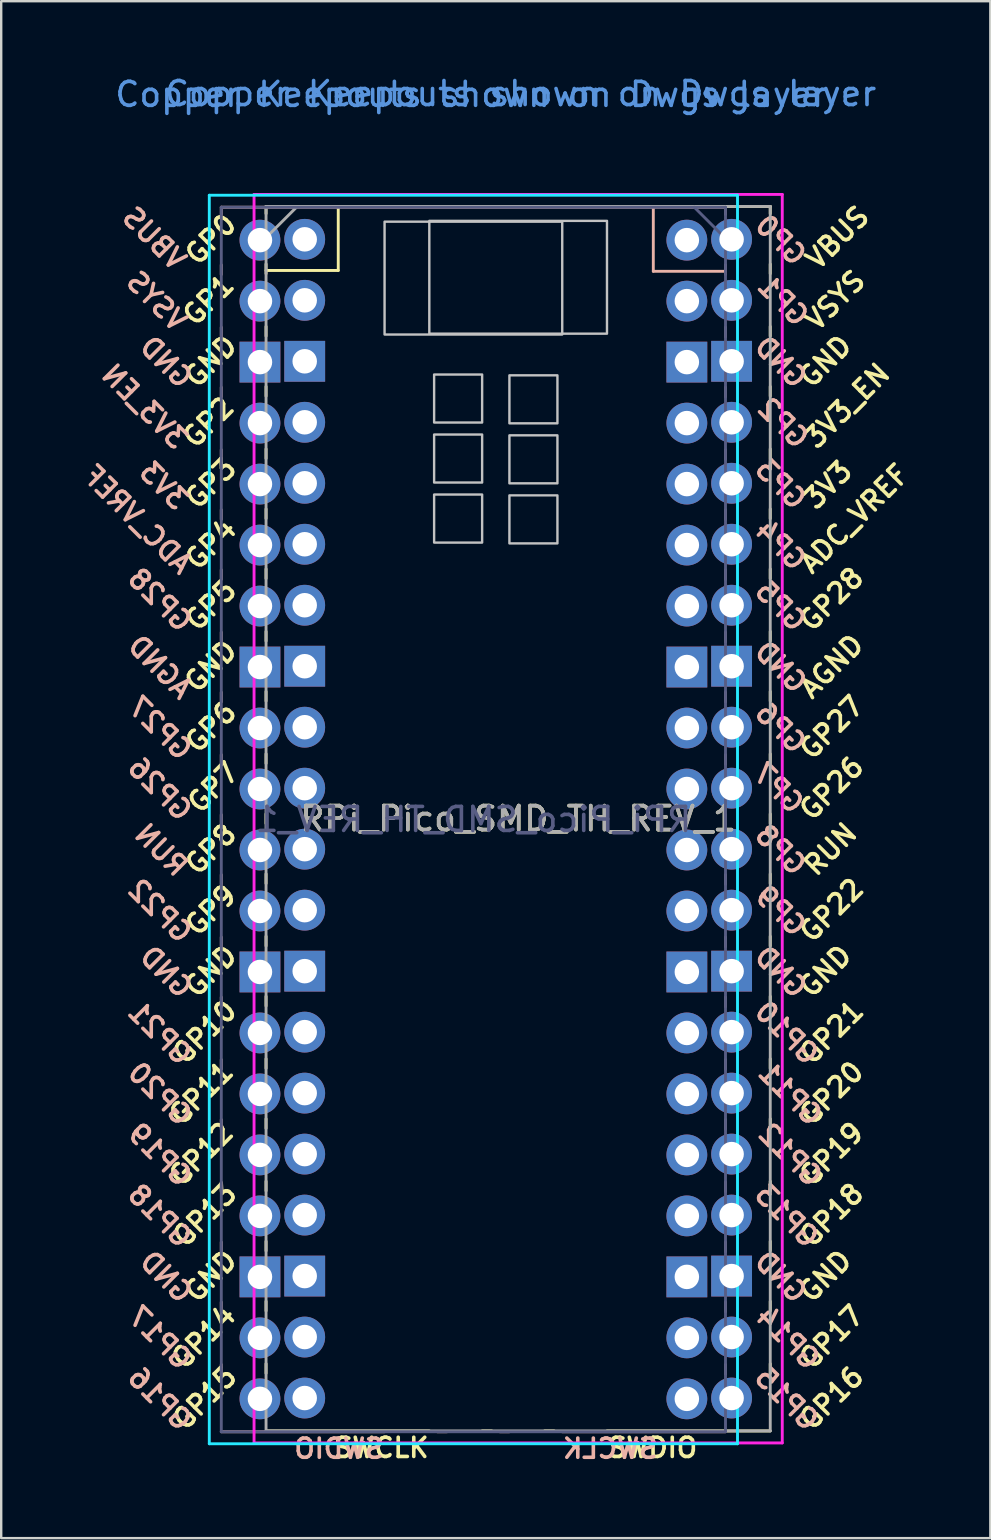
<source format=kicad_pcb>
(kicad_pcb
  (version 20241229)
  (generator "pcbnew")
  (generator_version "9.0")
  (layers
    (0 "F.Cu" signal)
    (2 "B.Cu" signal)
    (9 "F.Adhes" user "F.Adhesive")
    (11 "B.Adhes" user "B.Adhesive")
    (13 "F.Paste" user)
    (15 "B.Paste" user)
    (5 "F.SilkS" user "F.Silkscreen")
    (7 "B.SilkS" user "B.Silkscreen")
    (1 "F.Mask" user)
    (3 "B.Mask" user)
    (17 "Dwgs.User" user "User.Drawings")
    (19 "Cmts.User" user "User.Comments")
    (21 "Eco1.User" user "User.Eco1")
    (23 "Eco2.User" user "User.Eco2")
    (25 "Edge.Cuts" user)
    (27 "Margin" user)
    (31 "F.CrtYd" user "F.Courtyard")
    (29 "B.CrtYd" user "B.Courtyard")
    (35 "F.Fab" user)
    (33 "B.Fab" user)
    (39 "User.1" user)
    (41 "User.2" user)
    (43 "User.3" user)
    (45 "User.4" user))
  (footprint "RPi_Pico_SMD_TH_REV_1"
    (layer "F.Cu")
    (at 18.531 31.048)
    (property "Reference" "RPi_Pico_SMD_TH_REV_1" (at 0 0 0) (layer "F.SilkS") (effects (font (size 1 1) (thickness 0.15))))
    (attr through_hole)
    (fp_line (start -10.5 -25.5) (end -10.5 -25.2) (stroke (width 0.12) (type solid)) (layer "F.SilkS"))
    (fp_line (start -10.5 -25.5) (end 10.5 -25.5) (stroke (width 0.12) (type solid)) (layer "F.SilkS"))
    (fp_line (start -10.5 -23.1) (end -10.5 -22.7) (stroke (width 0.12) (type solid)) (layer "F.SilkS"))
    (fp_line (start -10.5 -22.833) (end -7.493 -22.833) (stroke (width 0.12) (type solid)) (layer "F.SilkS"))
    (fp_line (start -10.5 -20.5) (end -10.5 -20.1) (stroke (width 0.12) (type solid)) (layer "F.SilkS"))
    (fp_line (start -10.5 -18) (end -10.5 -17.6) (stroke (width 0.12) (type solid)) (layer "F.SilkS"))
    (fp_line (start -10.5 -15.4) (end -10.5 -15) (stroke (width 0.12) (type solid)) (layer "F.SilkS"))
    (fp_line (start -10.5 -12.9) (end -10.5 -12.5) (stroke (width 0.12) (type solid)) (layer "F.SilkS"))
    (fp_line (start -10.5 -10.4) (end -10.5 -10) (stroke (width 0.12) (type solid)) (layer "F.SilkS"))
    (fp_line (start -10.5 -7.8) (end -10.5 -7.4) (stroke (width 0.12) (type solid)) (layer "F.SilkS"))
    (fp_line (start -10.5 -5.3) (end -10.5 -4.9) (stroke (width 0.12) (type solid)) (layer "F.SilkS"))
    (fp_line (start -10.5 -2.7) (end -10.5 -2.3) (stroke (width 0.12) (type solid)) (layer "F.SilkS"))
    (fp_line (start -10.5 -0.2) (end -10.5 0.2) (stroke (width 0.12) (type solid)) (layer "F.SilkS"))
    (fp_line (start -10.5 2.3) (end -10.5 2.7) (stroke (width 0.12) (type solid)) (layer "F.SilkS"))
    (fp_line (start -10.5 4.9) (end -10.5 5.3) (stroke (width 0.12) (type solid)) (layer "F.SilkS"))
    (fp_line (start -10.5 7.4) (end -10.5 7.8) (stroke (width 0.12) (type solid)) (layer "F.SilkS"))
    (fp_line (start -10.5 10) (end -10.5 10.4) (stroke (width 0.12) (type solid)) (layer "F.SilkS"))
    (fp_line (start -10.5 12.5) (end -10.5 12.9) (stroke (width 0.12) (type solid)) (layer "F.SilkS"))
    (fp_line (start -10.5 15.1) (end -10.5 15.5) (stroke (width 0.12) (type solid)) (layer "F.SilkS"))
    (fp_line (start -10.5 17.6) (end -10.5 18) (stroke (width 0.12) (type solid)) (layer "F.SilkS"))
    (fp_line (start -10.5 20.1) (end -10.5 20.5) (stroke (width 0.12) (type solid)) (layer "F.SilkS"))
    (fp_line (start -10.5 22.7) (end -10.5 23.1) (stroke (width 0.12) (type solid)) (layer "F.SilkS"))
    (fp_line (start -7.493 -22.833) (end -7.493 -25.5) (stroke (width 0.12) (type solid)) (layer "F.SilkS"))
    (fp_line (start -3.7 25.5) (end -10.5 25.5) (stroke (width 0.12) (type solid)) (layer "F.SilkS"))
    (fp_line (start -1.5 25.5) (end -1.1 25.5) (stroke (width 0.12) (type solid)) (layer "F.SilkS"))
    (fp_line (start 1.1 25.5) (end 1.5 25.5) (stroke (width 0.12) (type solid)) (layer "F.SilkS"))
    (fp_line (start 10.5 -25.5) (end 10.5 -25.2) (stroke (width 0.12) (type solid)) (layer "F.SilkS"))
    (fp_line (start 10.5 -23.1) (end 10.5 -22.7) (stroke (width 0.12) (type solid)) (layer "F.SilkS"))
    (fp_line (start 10.5 -20.5) (end 10.5 -20.1) (stroke (width 0.12) (type solid)) (layer "F.SilkS"))
    (fp_line (start 10.5 -18) (end 10.5 -17.6) (stroke (width 0.12) (type solid)) (layer "F.SilkS"))
    (fp_line (start 10.5 -15.4) (end 10.5 -15) (stroke (width 0.12) (type solid)) (layer "F.SilkS"))
    (fp_line (start 10.5 -12.9) (end 10.5 -12.5) (stroke (width 0.12) (type solid)) (layer "F.SilkS"))
    (fp_line (start 10.5 -10.4) (end 10.5 -10) (stroke (width 0.12) (type solid)) (layer "F.SilkS"))
    (fp_line (start 10.5 -7.8) (end 10.5 -7.4) (stroke (width 0.12) (type solid)) (layer "F.SilkS"))
    (fp_line (start 10.5 -5.3) (end 10.5 -4.9) (stroke (width 0.12) (type solid)) (layer "F.SilkS"))
    (fp_line (start 10.5 -2.7) (end 10.5 -2.3) (stroke (width 0.12) (type solid)) (layer "F.SilkS"))
    (fp_line (start 10.5 -0.2) (end 10.5 0.2) (stroke (width 0.12) (type solid)) (layer "F.SilkS"))
    (fp_line (start 10.5 2.3) (end 10.5 2.7) (stroke (width 0.12) (type solid)) (layer "F.SilkS"))
    (fp_line (start 10.5 4.9) (end 10.5 5.3) (stroke (width 0.12) (type solid)) (layer "F.SilkS"))
    (fp_line (start 10.5 7.4) (end 10.5 7.8) (stroke (width 0.12) (type solid)) (layer "F.SilkS"))
    (fp_line (start 10.5 10) (end 10.5 10.4) (stroke (width 0.12) (type solid)) (layer "F.SilkS"))
    (fp_line (start 10.5 12.5) (end 10.5 12.9) (stroke (width 0.12) (type solid)) (layer "F.SilkS"))
    (fp_line (start 10.5 15.1) (end 10.5 15.5) (stroke (width 0.12) (type solid)) (layer "F.SilkS"))
    (fp_line (start 10.5 17.6) (end 10.5 18) (stroke (width 0.12) (type solid)) (layer "F.SilkS"))
    (fp_line (start 10.5 20.1) (end 10.5 20.5) (stroke (width 0.12) (type solid)) (layer "F.SilkS"))
    (fp_line (start 10.5 22.7) (end 10.5 23.1) (stroke (width 0.12) (type solid)) (layer "F.SilkS"))
    (fp_line (start 10.5 25.5) (end 3.7 25.5) (stroke (width 0.12) (type solid)) (layer "F.SilkS"))
    (fp_line (start -12.364 -25.466) (end -12.364 -25.166) (stroke (width 0.12) (type solid)) (layer "B.SilkS"))
    (fp_line (start -12.364 -23.066) (end -12.364 -22.666) (stroke (width 0.12) (type solid)) (layer "B.SilkS"))
    (fp_line (start -12.364 -20.466) (end -12.364 -20.066) (stroke (width 0.12) (type solid)) (layer "B.SilkS"))
    (fp_line (start -12.364 -17.966) (end -12.364 -17.566) (stroke (width 0.12) (type solid)) (layer "B.SilkS"))
    (fp_line (start -12.364 -15.366) (end -12.364 -14.966) (stroke (width 0.12) (type solid)) (layer "B.SilkS"))
    (fp_line (start -12.364 -12.866) (end -12.364 -12.466) (stroke (width 0.12) (type solid)) (layer "B.SilkS"))
    (fp_line (start -12.364 -10.366) (end -12.364 -9.966) (stroke (width 0.12) (type solid)) (layer "B.SilkS"))
    (fp_line (start -12.364 -7.766) (end -12.364 -7.366) (stroke (width 0.12) (type solid)) (layer "B.SilkS"))
    (fp_line (start -12.364 -5.266) (end -12.364 -4.866) (stroke (width 0.12) (type solid)) (layer "B.SilkS"))
    (fp_line (start -12.364 -2.666) (end -12.364 -2.266) (stroke (width 0.12) (type solid)) (layer "B.SilkS"))
    (fp_line (start -12.364 -0.166) (end -12.364 0.234) (stroke (width 0.12) (type solid)) (layer "B.SilkS"))
    (fp_line (start -12.364 2.334) (end -12.364 2.734) (stroke (width 0.12) (type solid)) (layer "B.SilkS"))
    (fp_line (start -12.364 4.934) (end -12.364 5.334) (stroke (width 0.12) (type solid)) (layer "B.SilkS"))
    (fp_line (start -12.364 7.434) (end -12.364 7.834) (stroke (width 0.12) (type solid)) (layer "B.SilkS"))
    (fp_line (start -12.364 10.034) (end -12.364 10.434) (stroke (width 0.12) (type solid)) (layer "B.SilkS"))
    (fp_line (start -12.364 12.534) (end -12.364 12.934) (stroke (width 0.12) (type solid)) (layer "B.SilkS"))
    (fp_line (start -12.364 15.134) (end -12.364 15.534) (stroke (width 0.12) (type solid)) (layer "B.SilkS"))
    (fp_line (start -12.364 17.634) (end -12.364 18.034) (stroke (width 0.12) (type solid)) (layer "B.SilkS"))
    (fp_line (start -12.364 20.134) (end -12.364 20.534) (stroke (width 0.12) (type solid)) (layer "B.SilkS"))
    (fp_line (start -12.364 22.734) (end -12.364 23.134) (stroke (width 0.12) (type solid)) (layer "B.SilkS"))
    (fp_line (start -12.364 25.534) (end -5.564 25.534) (stroke (width 0.12) (type solid)) (layer "B.SilkS"))
    (fp_line (start -2.964 25.534) (end -3.364 25.534) (stroke (width 0.12) (type solid)) (layer "B.SilkS"))
    (fp_line (start -0.364 25.534) (end -0.764 25.534) (stroke (width 0.12) (type solid)) (layer "B.SilkS"))
    (fp_line (start 1.836 25.534) (end 8.636 25.534) (stroke (width 0.12) (type solid)) (layer "B.SilkS"))
    (fp_line (start 5.629 -22.799) (end 5.629 -25.466) (stroke (width 0.12) (type solid)) (layer "B.SilkS"))
    (fp_line (start 8.636 -25.466) (end -12.364 -25.466) (stroke (width 0.12) (type solid)) (layer "B.SilkS"))
    (fp_line (start 8.636 -25.466) (end 8.636 -25.166) (stroke (width 0.12) (type solid)) (layer "B.SilkS"))
    (fp_line (start 8.636 -23.066) (end 8.636 -22.666) (stroke (width 0.12) (type solid)) (layer "B.SilkS"))
    (fp_line (start 8.636 -22.799) (end 5.629 -22.799) (stroke (width 0.12) (type solid)) (layer "B.SilkS"))
    (fp_line (start 8.636 -20.466) (end 8.636 -20.066) (stroke (width 0.12) (type solid)) (layer "B.SilkS"))
    (fp_line (start 8.636 -17.966) (end 8.636 -17.566) (stroke (width 0.12) (type solid)) (layer "B.SilkS"))
    (fp_line (start 8.636 -15.366) (end 8.636 -14.966) (stroke (width 0.12) (type solid)) (layer "B.SilkS"))
    (fp_line (start 8.636 -12.866) (end 8.636 -12.466) (stroke (width 0.12) (type solid)) (layer "B.SilkS"))
    (fp_line (start 8.636 -10.366) (end 8.636 -9.966) (stroke (width 0.12) (type solid)) (layer "B.SilkS"))
    (fp_line (start 8.636 -7.766) (end 8.636 -7.366) (stroke (width 0.12) (type solid)) (layer "B.SilkS"))
    (fp_line (start 8.636 -5.266) (end 8.636 -4.866) (stroke (width 0.12) (type solid)) (layer "B.SilkS"))
    (fp_line (start 8.636 -2.666) (end 8.636 -2.266) (stroke (width 0.12) (type solid)) (layer "B.SilkS"))
    (fp_line (start 8.636 -0.166) (end 8.636 0.234) (stroke (width 0.12) (type solid)) (layer "B.SilkS"))
    (fp_line (start 8.636 2.334) (end 8.636 2.734) (stroke (width 0.12) (type solid)) (layer "B.SilkS"))
    (fp_line (start 8.636 4.934) (end 8.636 5.334) (stroke (width 0.12) (type solid)) (layer "B.SilkS"))
    (fp_line (start 8.636 7.434) (end 8.636 7.834) (stroke (width 0.12) (type solid)) (layer "B.SilkS"))
    (fp_line (start 8.636 10.034) (end 8.636 10.434) (stroke (width 0.12) (type solid)) (layer "B.SilkS"))
    (fp_line (start 8.636 12.534) (end 8.636 12.934) (stroke (width 0.12) (type solid)) (layer "B.SilkS"))
    (fp_line (start 8.636 15.134) (end 8.636 15.534) (stroke (width 0.12) (type solid)) (layer "B.SilkS"))
    (fp_line (start 8.636 17.634) (end 8.636 18.034) (stroke (width 0.12) (type solid)) (layer "B.SilkS"))
    (fp_line (start 8.636 20.134) (end 8.636 20.534) (stroke (width 0.12) (type solid)) (layer "B.SilkS"))
    (fp_line (start 8.636 22.734) (end 8.636 23.134) (stroke (width 0.12) (type solid)) (layer "B.SilkS"))
    (fp_poly (pts (xy -5.564 -20.166) (xy 1.836 -20.166) (xy 1.836 -24.866) (xy -5.564 -24.866)) (stroke (width 0.1) (type solid)) (fill no) (layer "Dwgs.User"))
    (fp_poly (pts (xy -1.5 -16.5) (xy -3.5 -16.5) (xy -3.5 -18.5) (xy -1.5 -18.5)) (stroke (width 0.1) (type solid)) (fill no) (layer "Dwgs.User"))
    (fp_poly (pts (xy -1.5 -14) (xy -3.5 -14) (xy -3.5 -16) (xy -1.5 -16)) (stroke (width 0.1) (type solid)) (fill no) (layer "Dwgs.User"))
    (fp_poly (pts (xy -1.5 -11.5) (xy -3.5 -11.5) (xy -3.5 -13.5) (xy -1.5 -13.5)) (stroke (width 0.1) (type solid)) (fill no) (layer "Dwgs.User"))
    (fp_poly (pts (xy -0.364 -16.466) (xy 1.636 -16.466) (xy 1.636 -18.466) (xy -0.364 -18.466)) (stroke (width 0.1) (type solid)) (fill no) (layer "Dwgs.User"))
    (fp_poly (pts (xy -0.364 -13.966) (xy 1.636 -13.966) (xy 1.636 -15.966) (xy -0.364 -15.966)) (stroke (width 0.1) (type solid)) (fill no) (layer "Dwgs.User"))
    (fp_poly (pts (xy -0.364 -11.466) (xy 1.636 -11.466) (xy 1.636 -13.466) (xy -0.364 -13.466)) (stroke (width 0.1) (type solid)) (fill no) (layer "Dwgs.User"))
    (fp_poly (pts (xy 3.7 -20.2) (xy -3.7 -20.2) (xy -3.7 -24.9) (xy 3.7 -24.9)) (stroke (width 0.1) (type solid)) (fill no) (layer "Dwgs.User"))
    (fp_line (start -12.864 -25.966) (end -12.864 26.034) (stroke (width 0.12) (type solid)) (layer "B.CrtYd"))
    (fp_line (start -12.864 26.034) (end 9.136 26.034) (stroke (width 0.12) (type solid)) (layer "B.CrtYd"))
    (fp_line (start 9.136 -25.966) (end -12.864 -25.966) (stroke (width 0.12) (type solid)) (layer "B.CrtYd"))
    (fp_line (start 9.136 26.034) (end 9.136 -25.966) (stroke (width 0.12) (type solid)) (layer "B.CrtYd"))
    (fp_line (start -11 -26) (end 11 -26) (stroke (width 0.12) (type solid)) (layer "F.CrtYd"))
    (fp_line (start -11 26) (end -11 -26) (stroke (width 0.12) (type solid)) (layer "F.CrtYd"))
    (fp_line (start 11 -26) (end 11 26) (stroke (width 0.12) (type solid)) (layer "F.CrtYd"))
    (fp_line (start 11 26) (end -11 26) (stroke (width 0.12) (type solid)) (layer "F.CrtYd"))
    (fp_line (start -12.364 -25.466) (end -12.364 25.534) (stroke (width 0.12) (type solid)) (layer "B.Fab"))
    (fp_line (start -12.364 25.534) (end 8.636 25.534) (stroke (width 0.12) (type solid)) (layer "B.Fab"))
    (fp_line (start 8.636 -25.466) (end -12.364 -25.466) (stroke (width 0.12) (type solid)) (layer "B.Fab"))
    (fp_line (start 8.636 -24.166) (end 7.336 -25.466) (stroke (width 0.12) (type solid)) (layer "B.Fab"))
    (fp_line (start 8.636 25.534) (end 8.636 -25.466) (stroke (width 0.12) (type solid)) (layer "B.Fab"))
    (fp_line (start -10.5 -25.5) (end 10.5 -25.5) (stroke (width 0.12) (type solid)) (layer "F.Fab"))
    (fp_line (start -10.5 -24.2) (end -9.2 -25.5) (stroke (width 0.12) (type solid)) (layer "F.Fab"))
    (fp_line (start -10.5 25.5) (end -10.5 -25.5) (stroke (width 0.12) (type solid)) (layer "F.Fab"))
    (fp_line (start 10.5 -25.5) (end 10.5 25.5) (stroke (width 0.12) (type solid)) (layer "F.Fab"))
    (fp_line (start 10.5 25.5) (end -10.5 25.5) (stroke (width 0.12) (type solid)) (layer "F.Fab"))
    (fp_text user "3V3" (at 12.9 -13.9 45) (layer "F.SilkS") (effects (font (size 0.8 0.8) (thickness 0.15))))
    (fp_text user "RUN" (at 13 1.27 45) (layer "F.SilkS") (effects (font (size 0.8 0.8) (thickness 0.15))))
    (fp_text user "GP20" (at 13.054 11.43 45) (layer "F.SilkS") (effects (font (size 0.8 0.8) (thickness 0.15))))
    (fp_text user "GP14" (at -13.1 21.59 45) (layer "F.SilkS") (effects (font (size 0.8 0.8) (thickness 0.15))))
    (fp_text user "GP11" (at -13.2 11.43 45) (layer "F.SilkS") (effects (font (size 0.8 0.8) (thickness 0.15))))
    (fp_text user "SWDIO" (at 5.6 26.2 0) (layer "F.SilkS") (effects (font (size 0.8 0.8) (thickness 0.15))))
    (fp_text user "GP8" (at -12.8 1.27 45) (layer "F.SilkS") (effects (font (size 0.8 0.8) (thickness 0.15))))
    (fp_text user "SWCLK" (at -5.7 26.2 0) (layer "F.SilkS") (effects (font (size 0.8 0.8) (thickness 0.15))))
    (fp_text user "GP21" (at 13.054 8.9 45) (layer "F.SilkS") (effects (font (size 0.8 0.8) (thickness 0.15))))
    (fp_text user "GP1" (at -12.9 -21.6 45) (layer "F.SilkS") (effects (font (size 0.8 0.8) (thickness 0.15))))
    (fp_text user "GND" (at -12.8 -6.35 45) (layer "F.SilkS") (effects (font (size 0.8 0.8) (thickness 0.15))))
    (fp_text user "GND" (at -12.8 6.35 45) (layer "F.SilkS") (effects (font (size 0.8 0.8) (thickness 0.15))))
    (fp_text user "GP16" (at 13.054 24.13 45) (layer "F.SilkS") (effects (font (size 0.8 0.8) (thickness 0.15))))
    (fp_text user "GP0" (at -12.8 -24.13 45) (layer "F.SilkS") (effects (font (size 0.8 0.8) (thickness 0.15))))
    (fp_text user "GND" (at 12.8 6.35 45) (layer "F.SilkS") (effects (font (size 0.8 0.8) (thickness 0.15))))
    (fp_text user "GP17" (at 13.054 21.59 45) (layer "F.SilkS") (effects (font (size 0.8 0.8) (thickness 0.15))))
    (fp_text user "GP28" (at 13.054 -9.144 45) (layer "F.SilkS") (effects (font (size 0.8 0.8) (thickness 0.15))))
    (fp_text user "GP2" (at -12.9 -16.51 45) (layer "F.SilkS") (effects (font (size 0.8 0.8) (thickness 0.15))))
    (fp_text user "GND" (at -12.8 -19.05 45) (layer "F.SilkS") (effects (font (size 0.8 0.8) (thickness 0.15))))
    (fp_text user "GP27" (at 13.054 -3.8 45) (layer "F.SilkS") (effects (font (size 0.8 0.8) (thickness 0.15))))
    (fp_text user "GND" (at -12.8 19.05 45) (layer "F.SilkS") (effects (font (size 0.8 0.8) (thickness 0.15))))
    (fp_text user "GP4" (at -12.8 -11.43 45) (layer "F.SilkS") (effects (font (size 0.8 0.8) (thickness 0.15))))
    (fp_text user "GP15" (at -13.054 24.13 45) (layer "F.SilkS") (effects (font (size 0.8 0.8) (thickness 0.15))))
    (fp_text user "GP3" (at -12.8 -13.97 45) (layer "F.SilkS") (effects (font (size 0.8 0.8) (thickness 0.15))))
    (fp_text user "GP6" (at -12.8 -3.81 45) (layer "F.SilkS") (effects (font (size 0.8 0.8) (thickness 0.15))))
    (fp_text user "VSYS" (at 13.2 -21.59 45) (layer "F.SilkS") (effects (font (size 0.8 0.8) (thickness 0.15))))
    (fp_text user "GP22" (at 13.054 3.81 45) (layer "F.SilkS") (effects (font (size 0.8 0.8) (thickness 0.15))))
    (fp_text user "GP12" (at -13.2 13.97 45) (layer "F.SilkS") (effects (font (size 0.8 0.8) (thickness 0.15))))
    (fp_text user "GP19" (at 13.054 13.97 45) (layer "F.SilkS") (effects (font (size 0.8 0.8) (thickness 0.15))))
    (fp_text user "GND" (at 12.8 -19.05 45) (layer "F.SilkS") (effects (font (size 0.8 0.8) (thickness 0.15))))
    (fp_text user "GND" (at 12.8 19.05 45) (layer "F.SilkS") (effects (font (size 0.8 0.8) (thickness 0.15))))
    (fp_text user "GP10" (at -13.054 8.89 45) (layer "F.SilkS") (effects (font (size 0.8 0.8) (thickness 0.15))))
    (fp_text user "GP18" (at 13.054 16.51 45) (layer "F.SilkS") (effects (font (size 0.8 0.8) (thickness 0.15))))
    (fp_text user "GP9" (at -12.8 3.81 45) (layer "F.SilkS") (effects (font (size 0.8 0.8) (thickness 0.15))))
    (fp_text user "AGND" (at 13.054 -6.35 45) (layer "F.SilkS") (effects (font (size 0.8 0.8) (thickness 0.15))))
    (fp_text user "GP13" (at -13.054 16.51 45) (layer "F.SilkS") (effects (font (size 0.8 0.8) (thickness 0.15))))
    (fp_text user "GP7" (at -12.7 -1.3 45) (layer "F.SilkS") (effects (font (size 0.8 0.8) (thickness 0.15))))
    (fp_text user "3V3_EN" (at 13.7 -17.2 45) (layer "F.SilkS") (effects (font (size 0.8 0.8) (thickness 0.15))))
    (fp_text user "GP26" (at 13.054 -1.27 45) (layer "F.SilkS") (effects (font (size 0.8 0.8) (thickness 0.15))))
    (fp_text user "VBUS" (at 13.3 -24.2 45) (layer "F.SilkS") (effects (font (size 0.8 0.8) (thickness 0.15))))
    (fp_text user "GP5" (at -12.8 -8.89 45) (layer "F.SilkS") (effects (font (size 0.8 0.8) (thickness 0.15))))
    (fp_text user "ADC_VREF" (at 14 -12.5 45) (layer "F.SilkS") (effects (font (size 0.8 0.8) (thickness 0.15))))
    (fp_text user "GND" (at -14.664 19.084 315) (layer "B.SilkS") (effects (font (size 0.8 0.8) (thickness 0.15)) (justify mirror)))
    (fp_text user "GP7" (at 10.836 -1.266 315) (layer "B.SilkS") (effects (font (size 0.8 0.8) (thickness 0.15)) (justify mirror)))
    (fp_text user "AGND" (at -14.918 -6.316 315) (layer "B.SilkS") (effects (font (size 0.8 0.8) (thickness 0.15)) (justify mirror)))
    (fp_text user "3V3" (at -14.764 -13.866 315) (layer "B.SilkS") (effects (font (size 0.8 0.8) (thickness 0.15)) (justify mirror)))
    (fp_text user "GP5" (at 10.936 -8.856 315) (layer "B.SilkS") (effects (font (size 0.8 0.8) (thickness 0.15)) (justify mirror)))
    (fp_text user "GND" (at 10.936 -6.316 315) (layer "B.SilkS") (effects (font (size 0.8 0.8) (thickness 0.15)) (justify mirror)))
    (fp_text user "SWDIO" (at -7.464 26.234 0) (layer "B.SilkS") (effects (font (size 0.8 0.8) (thickness 0.15)) (justify mirror)))
    (fp_text user "GND" (at 10.936 6.384 315) (layer "B.SilkS") (effects (font (size 0.8 0.8) (thickness 0.15)) (justify mirror)))
    (fp_text user "GP16" (at -14.918 24.164 315) (layer "B.SilkS") (effects (font (size 0.8 0.8) (thickness 0.15)) (justify mirror)))
    (fp_text user "GP27" (at -14.918 -3.766 315) (layer "B.SilkS") (effects (font (size 0.8 0.8) (thickness 0.15)) (justify mirror)))
    (fp_text user "GND" (at -14.664 -19.016 315) (layer "B.SilkS") (effects (font (size 0.8 0.8) (thickness 0.15)) (justify mirror)))
    (fp_text user "GP26" (at -14.918 -1.236 315) (layer "B.SilkS") (effects (font (size 0.8 0.8) (thickness 0.15)) (justify mirror)))
    (fp_text user "GP11" (at 11.336 11.464 315) (layer "B.SilkS") (effects (font (size 0.8 0.8) (thickness 0.15)) (justify mirror)))
    (fp_text user "GP18" (at -14.918 16.544 315) (layer "B.SilkS") (effects (font (size 0.8 0.8) (thickness 0.15)) (justify mirror)))
    (fp_text user "GP3" (at 10.936 -13.936 315) (layer "B.SilkS") (effects (font (size 0.8 0.8) (thickness 0.15)) (justify mirror)))
    (fp_text user "GP4" (at 10.936 -11.396 315) (layer "B.SilkS") (effects (font (size 0.8 0.8) (thickness 0.15)) (justify mirror)))
    (fp_text user "GP28" (at -14.918 -9.11 315) (layer "B.SilkS") (effects (font (size 0.8 0.8) (thickness 0.15)) (justify mirror)))
    (fp_text user "GP2" (at 11.036 -16.476 315) (layer "B.SilkS") (effects (font (size 0.8 0.8) (thickness 0.15)) (justify mirror)))
    (fp_text user "GP20" (at -14.918 11.464 315) (layer "B.SilkS") (effects (font (size 0.8 0.8) (thickness 0.15)) (justify mirror)))
    (fp_text user "GP15" (at 11.19 24.164 315) (layer "B.SilkS") (effects (font (size 0.8 0.8) (thickness 0.15)) (justify mirror)))
    (fp_text user "VSYS" (at -15.064 -21.556 315) (layer "B.SilkS") (effects (font (size 0.8 0.8) (thickness 0.15)) (justify mirror)))
    (fp_text user "GND" (at 10.936 -19.016 315) (layer "B.SilkS") (effects (font (size 0.8 0.8) (thickness 0.15)) (justify mirror)))
    (fp_text user "GP0" (at 10.936 -24.096 315) (layer "B.SilkS") (effects (font (size 0.8 0.8) (thickness 0.15)) (justify mirror)))
    (fp_text user "GP6" (at 10.936 -3.776 315) (layer "B.SilkS") (effects (font (size 0.8 0.8) (thickness 0.15)) (justify mirror)))
    (fp_text user "GP22" (at -14.918 3.844 315) (layer "B.SilkS") (effects (font (size 0.8 0.8) (thickness 0.15)) (justify mirror)))
    (fp_text user "GP12" (at 11.336 14.004 315) (layer "B.SilkS") (effects (font (size 0.8 0.8) (thickness 0.15)) (justify mirror)))
    (fp_text user "GP10" (at 11.19 8.924 315) (layer "B.SilkS") (effects (font (size 0.8 0.8) (thickness 0.15)) (justify mirror)))
    (fp_text user "VBUS" (at -15.164 -24.166 315) (layer "B.SilkS") (effects (font (size 0.8 0.8) (thickness 0.15)) (justify mirror)))
    (fp_text user "GP8" (at 10.936 1.304 315) (layer "B.SilkS") (effects (font (size 0.8 0.8) (thickness 0.15)) (justify mirror)))
    (fp_text user "GP19" (at -14.918 14.004 315) (layer "B.SilkS") (effects (font (size 0.8 0.8) (thickness 0.15)) (justify mirror)))
    (fp_text user "GP13" (at 11.19 16.544 315) (layer "B.SilkS") (effects (font (size 0.8 0.8) (thickness 0.15)) (justify mirror)))
    (fp_text user "GP17" (at -14.918 21.624 315) (layer "B.SilkS") (effects (font (size 0.8 0.8) (thickness 0.15)) (justify mirror)))
    (fp_text user "ADC_VREF" (at -15.864 -12.466 315) (layer "B.SilkS") (effects (font (size 0.8 0.8) (thickness 0.15)) (justify mirror)))
    (fp_text user "RUN" (at -14.864 1.304 315) (layer "B.SilkS") (effects (font (size 0.8 0.8) (thickness 0.15)) (justify mirror)))
    (fp_text user "GND" (at 10.936 19.084 315) (layer "B.SilkS") (effects (font (size 0.8 0.8) (thickness 0.15)) (justify mirror)))
    (fp_text user "GP1" (at 11.036 -21.566 315) (layer "B.SilkS") (effects (font (size 0.8 0.8) (thickness 0.15)) (justify mirror)))
    (fp_text user "3V3_EN" (at -15.564 -17.166 315) (layer "B.SilkS") (effects (font (size 0.8 0.8) (thickness 0.15)) (justify mirror)))
    (fp_text user "GP14" (at 11.236 21.624 315) (layer "B.SilkS") (effects (font (size 0.8 0.8) (thickness 0.15)) (justify mirror)))
    (fp_text user "GP21" (at -14.918 8.934 315) (layer "B.SilkS") (effects (font (size 0.8 0.8) (thickness 0.15)) (justify mirror)))
    (fp_text user "GND" (at -14.664 6.384 315) (layer "B.SilkS") (effects (font (size 0.8 0.8) (thickness 0.15)) (justify mirror)))
    (fp_text user "SWCLK" (at 3.836 26.234 0) (layer "B.SilkS") (effects (font (size 0.8 0.8) (thickness 0.15)) (justify mirror)))
    (fp_text user "GP9" (at 10.936 3.844 315) (layer "B.SilkS") (effects (font (size 0.8 0.8) (thickness 0.15)) (justify mirror)))
    (fp_text user "Copper Keepouts shown on Dwgs layer" (at 0.1 -30.2 0) (layer "Cmts.User") (effects (font (size 1 1) (thickness 0.15))))
    (fp_text user "Copper Keepouts shown on Dwgs layer" (at -1.964 -30.166 0) (layer "Cmts.User") (effects (font (size 1 1) (thickness 0.15))))
    (fp_text user "${REFERENCE}" (at -1.864 0.034 180) (layer "B.Fab") (effects (font (size 1 1) (thickness 0.15)) (justify mirror)))
    (fp_text user "${REFERENCE}" (at 0 0 180) (layer "F.Fab") (effects (font (size 1 1) (thickness 0.15))))
    (pad "1" thru_hole oval (at -8.89 -24.13) (size 1.7 1.7) (drill 1.02) (layers "*.Cu" "*.Mask"))
    (pad "1" thru_hole oval (at 7.026 -24.096) (size 1.7 1.7) (drill 1.02) (layers "*.Cu" "*.Mask"))
    (pad "2" thru_hole oval (at -8.89 -21.59) (size 1.7 1.7) (drill 1.02) (layers "*.Cu" "*.Mask"))
    (pad "2" thru_hole oval (at 7.026 -21.556) (size 1.7 1.7) (drill 1.02) (layers "*.Cu" "*.Mask"))
    (pad "3" thru_hole rect (at -8.89 -19.05) (size 1.7 1.7) (drill 1.02) (layers "*.Cu" "*.Mask"))
    (pad "3" thru_hole rect (at 7.026 -19.016) (size 1.7 1.7) (drill 1.02) (layers "*.Cu" "*.Mask"))
    (pad "4" thru_hole oval (at -8.89 -16.51) (size 1.7 1.7) (drill 1.02) (layers "*.Cu" "*.Mask"))
    (pad "4" thru_hole oval (at 7.026 -16.476) (size 1.7 1.7) (drill 1.02) (layers "*.Cu" "*.Mask"))
    (pad "5" thru_hole oval (at -8.89 -13.97) (size 1.7 1.7) (drill 1.02) (layers "*.Cu" "*.Mask"))
    (pad "5" thru_hole oval (at 7.026 -13.936) (size 1.7 1.7) (drill 1.02) (layers "*.Cu" "*.Mask"))
    (pad "6" thru_hole oval (at -8.89 -11.43) (size 1.7 1.7) (drill 1.02) (layers "*.Cu" "*.Mask"))
    (pad "6" thru_hole oval (at 7.026 -11.396) (size 1.7 1.7) (drill 1.02) (layers "*.Cu" "*.Mask"))
    (pad "7" thru_hole oval (at -8.89 -8.89) (size 1.7 1.7) (drill 1.02) (layers "*.Cu" "*.Mask"))
    (pad "7" thru_hole oval (at 7.026 -8.856) (size 1.7 1.7) (drill 1.02) (layers "*.Cu" "*.Mask"))
    (pad "8" thru_hole rect (at -8.89 -6.35) (size 1.7 1.7) (drill 1.02) (layers "*.Cu" "*.Mask"))
    (pad "8" thru_hole rect (at 7.026 -6.316) (size 1.7 1.7) (drill 1.02) (layers "*.Cu" "*.Mask"))
    (pad "9" thru_hole oval (at -8.89 -3.81) (size 1.7 1.7) (drill 1.02) (layers "*.Cu" "*.Mask"))
    (pad "9" thru_hole oval (at 7.026 -3.776) (size 1.7 1.7) (drill 1.02) (layers "*.Cu" "*.Mask"))
    (pad "10" thru_hole oval (at -8.89 -1.27) (size 1.7 1.7) (drill 1.02) (layers "*.Cu" "*.Mask"))
    (pad "10" thru_hole oval (at 7.026 -1.236) (size 1.7 1.7) (drill 1.02) (layers "*.Cu" "*.Mask"))
    (pad "11" thru_hole oval (at -8.89 1.27) (size 1.7 1.7) (drill 1.02) (layers "*.Cu" "*.Mask"))
    (pad "11" thru_hole oval (at 7.026 1.304) (size 1.7 1.7) (drill 1.02) (layers "*.Cu" "*.Mask"))
    (pad "12" thru_hole oval (at -8.89 3.81) (size 1.7 1.7) (drill 1.02) (layers "*.Cu" "*.Mask"))
    (pad "12" thru_hole oval (at 7.026 3.844) (size 1.7 1.7) (drill 1.02) (layers "*.Cu" "*.Mask"))
    (pad "13" thru_hole rect (at -8.89 6.35) (size 1.7 1.7) (drill 1.02) (layers "*.Cu" "*.Mask"))
    (pad "13" thru_hole rect (at 7.026 6.384) (size 1.7 1.7) (drill 1.02) (layers "*.Cu" "*.Mask"))
    (pad "14" thru_hole oval (at -8.89 8.89) (size 1.7 1.7) (drill 1.02) (layers "*.Cu" "*.Mask"))
    (pad "14" thru_hole oval (at 7.026 8.924) (size 1.7 1.7) (drill 1.02) (layers "*.Cu" "*.Mask"))
    (pad "15" thru_hole oval (at -8.89 11.43) (size 1.7 1.7) (drill 1.02) (layers "*.Cu" "*.Mask"))
    (pad "15" thru_hole oval (at 7.026 11.464) (size 1.7 1.7) (drill 1.02) (layers "*.Cu" "*.Mask"))
    (pad "16" thru_hole oval (at -8.89 13.97) (size 1.7 1.7) (drill 1.02) (layers "*.Cu" "*.Mask"))
    (pad "16" thru_hole oval (at 7.026 14.004) (size 1.7 1.7) (drill 1.02) (layers "*.Cu" "*.Mask"))
    (pad "17" thru_hole oval (at -8.89 16.51) (size 1.7 1.7) (drill 1.02) (layers "*.Cu" "*.Mask"))
    (pad "17" thru_hole oval (at 7.026 16.544) (size 1.7 1.7) (drill 1.02) (layers "*.Cu" "*.Mask"))
    (pad "18" thru_hole rect (at -8.89 19.05) (size 1.7 1.7) (drill 1.02) (layers "*.Cu" "*.Mask"))
    (pad "18" thru_hole rect (at 7.026 19.084) (size 1.7 1.7) (drill 1.02) (layers "*.Cu" "*.Mask"))
    (pad "19" thru_hole oval (at -8.89 21.59) (size 1.7 1.7) (drill 1.02) (layers "*.Cu" "*.Mask"))
    (pad "19" thru_hole oval (at 7.026 21.624) (size 1.7 1.7) (drill 1.02) (layers "*.Cu" "*.Mask"))
    (pad "20" thru_hole oval (at -8.89 24.13) (size 1.7 1.7) (drill 1.02) (layers "*.Cu" "*.Mask"))
    (pad "20" thru_hole oval (at 7.026 24.164) (size 1.7 1.7) (drill 1.02) (layers "*.Cu" "*.Mask"))
    (pad "21" thru_hole oval (at -10.754 24.164) (size 1.7 1.7) (drill 1.02) (layers "*.Cu" "*.Mask"))
    (pad "21" thru_hole oval (at 8.89 24.13) (size 1.7 1.7) (drill 1.02) (layers "*.Cu" "*.Mask"))
    (pad "22" thru_hole oval (at -10.754 21.624) (size 1.7 1.7) (drill 1.02) (layers "*.Cu" "*.Mask"))
    (pad "22" thru_hole oval (at 8.89 21.59) (size 1.7 1.7) (drill 1.02) (layers "*.Cu" "*.Mask"))
    (pad "23" thru_hole rect (at -10.754 19.084) (size 1.7 1.7) (drill 1.02) (layers "*.Cu" "*.Mask"))
    (pad "23" thru_hole rect (at 8.89 19.05) (size 1.7 1.7) (drill 1.02) (layers "*.Cu" "*.Mask"))
    (pad "24" thru_hole oval (at -10.754 16.544) (size 1.7 1.7) (drill 1.02) (layers "*.Cu" "*.Mask"))
    (pad "24" thru_hole oval (at 8.89 16.51) (size 1.7 1.7) (drill 1.02) (layers "*.Cu" "*.Mask"))
    (pad "25" thru_hole oval (at -10.754 14.004) (size 1.7 1.7) (drill 1.02) (layers "*.Cu" "*.Mask"))
    (pad "25" thru_hole oval (at 8.89 13.97) (size 1.7 1.7) (drill 1.02) (layers "*.Cu" "*.Mask"))
    (pad "26" thru_hole oval (at -10.754 11.464) (size 1.7 1.7) (drill 1.02) (layers "*.Cu" "*.Mask"))
    (pad "26" thru_hole oval (at 8.89 11.43) (size 1.7 1.7) (drill 1.02) (layers "*.Cu" "*.Mask"))
    (pad "27" thru_hole oval (at -10.754 8.924) (size 1.7 1.7) (drill 1.02) (layers "*.Cu" "*.Mask"))
    (pad "27" thru_hole oval (at 8.89 8.89) (size 1.7 1.7) (drill 1.02) (layers "*.Cu" "*.Mask"))
    (pad "28" thru_hole rect (at -10.754 6.384) (size 1.7 1.7) (drill 1.02) (layers "*.Cu" "*.Mask"))
    (pad "28" thru_hole rect (at 8.89 6.35) (size 1.7 1.7) (drill 1.02) (layers "*.Cu" "*.Mask"))
    (pad "29" thru_hole oval (at -10.754 3.844) (size 1.7 1.7) (drill 1.02) (layers "*.Cu" "*.Mask"))
    (pad "29" thru_hole oval (at 8.89 3.81) (size 1.7 1.7) (drill 1.02) (layers "*.Cu" "*.Mask"))
    (pad "30" thru_hole oval (at -10.754 1.304) (size 1.7 1.7) (drill 1.02) (layers "*.Cu" "*.Mask"))
    (pad "30" thru_hole oval (at 8.89 1.27) (size 1.7 1.7) (drill 1.02) (layers "*.Cu" "*.Mask"))
    (pad "31" thru_hole oval (at -10.754 -1.236) (size 1.7 1.7) (drill 1.02) (layers "*.Cu" "*.Mask"))
    (pad "31" thru_hole oval (at 8.89 -1.27) (size 1.7 1.7) (drill 1.02) (layers "*.Cu" "*.Mask"))
    (pad "32" thru_hole oval (at -10.754 -3.776) (size 1.7 1.7) (drill 1.02) (layers "*.Cu" "*.Mask"))
    (pad "32" thru_hole oval (at 8.89 -3.81) (size 1.7 1.7) (drill 1.02) (layers "*.Cu" "*.Mask"))
    (pad "33" thru_hole rect (at -10.754 -6.316) (size 1.7 1.7) (drill 1.02) (layers "*.Cu" "*.Mask"))
    (pad "33" thru_hole rect (at 8.89 -6.35) (size 1.7 1.7) (drill 1.02) (layers "*.Cu" "*.Mask"))
    (pad "34" thru_hole oval (at -10.754 -8.856) (size 1.7 1.7) (drill 1.02) (layers "*.Cu" "*.Mask"))
    (pad "34" thru_hole oval (at 8.89 -8.89) (size 1.7 1.7) (drill 1.02) (layers "*.Cu" "*.Mask"))
    (pad "35" thru_hole oval (at -10.754 -11.396) (size 1.7 1.7) (drill 1.02) (layers "*.Cu" "*.Mask"))
    (pad "35" thru_hole oval (at 8.89 -11.43) (size 1.7 1.7) (drill 1.02) (layers "*.Cu" "*.Mask"))
    (pad "36" thru_hole oval (at -10.754 -13.936) (size 1.7 1.7) (drill 1.02) (layers "*.Cu" "*.Mask"))
    (pad "36" thru_hole oval (at 8.89 -13.97) (size 1.7 1.7) (drill 1.02) (layers "*.Cu" "*.Mask"))
    (pad "37" thru_hole oval (at -10.754 -16.476) (size 1.7 1.7) (drill 1.02) (layers "*.Cu" "*.Mask"))
    (pad "37" thru_hole oval (at 8.89 -16.51) (size 1.7 1.7) (drill 1.02) (layers "*.Cu" "*.Mask"))
    (pad "38" thru_hole rect (at -10.754 -19.016) (size 1.7 1.7) (drill 1.02) (layers "*.Cu" "*.Mask"))
    (pad "38" thru_hole rect (at 8.89 -19.05) (size 1.7 1.7) (drill 1.02) (layers "*.Cu" "*.Mask"))
    (pad "39" thru_hole oval (at -10.754 -21.556) (size 1.7 1.7) (drill 1.02) (layers "*.Cu" "*.Mask"))
    (pad "39" thru_hole oval (at 8.89 -21.59) (size 1.7 1.7) (drill 1.02) (layers "*.Cu" "*.Mask"))
    (pad "40" thru_hole oval (at -10.754 -24.096) (size 1.7 1.7) (drill 1.02) (layers "*.Cu" "*.Mask"))
    (pad "40" thru_hole oval (at 8.89 -24.13) (size 1.7 1.7) (drill 1.02) (layers "*.Cu" "*.Mask")))
  (gr_rect
    (start -3 -3)
    (end 38.198 61.014)
    (stroke (width 0.1) (type default))
    (fill no)
    (layer "Edge.Cuts")))
</source>
